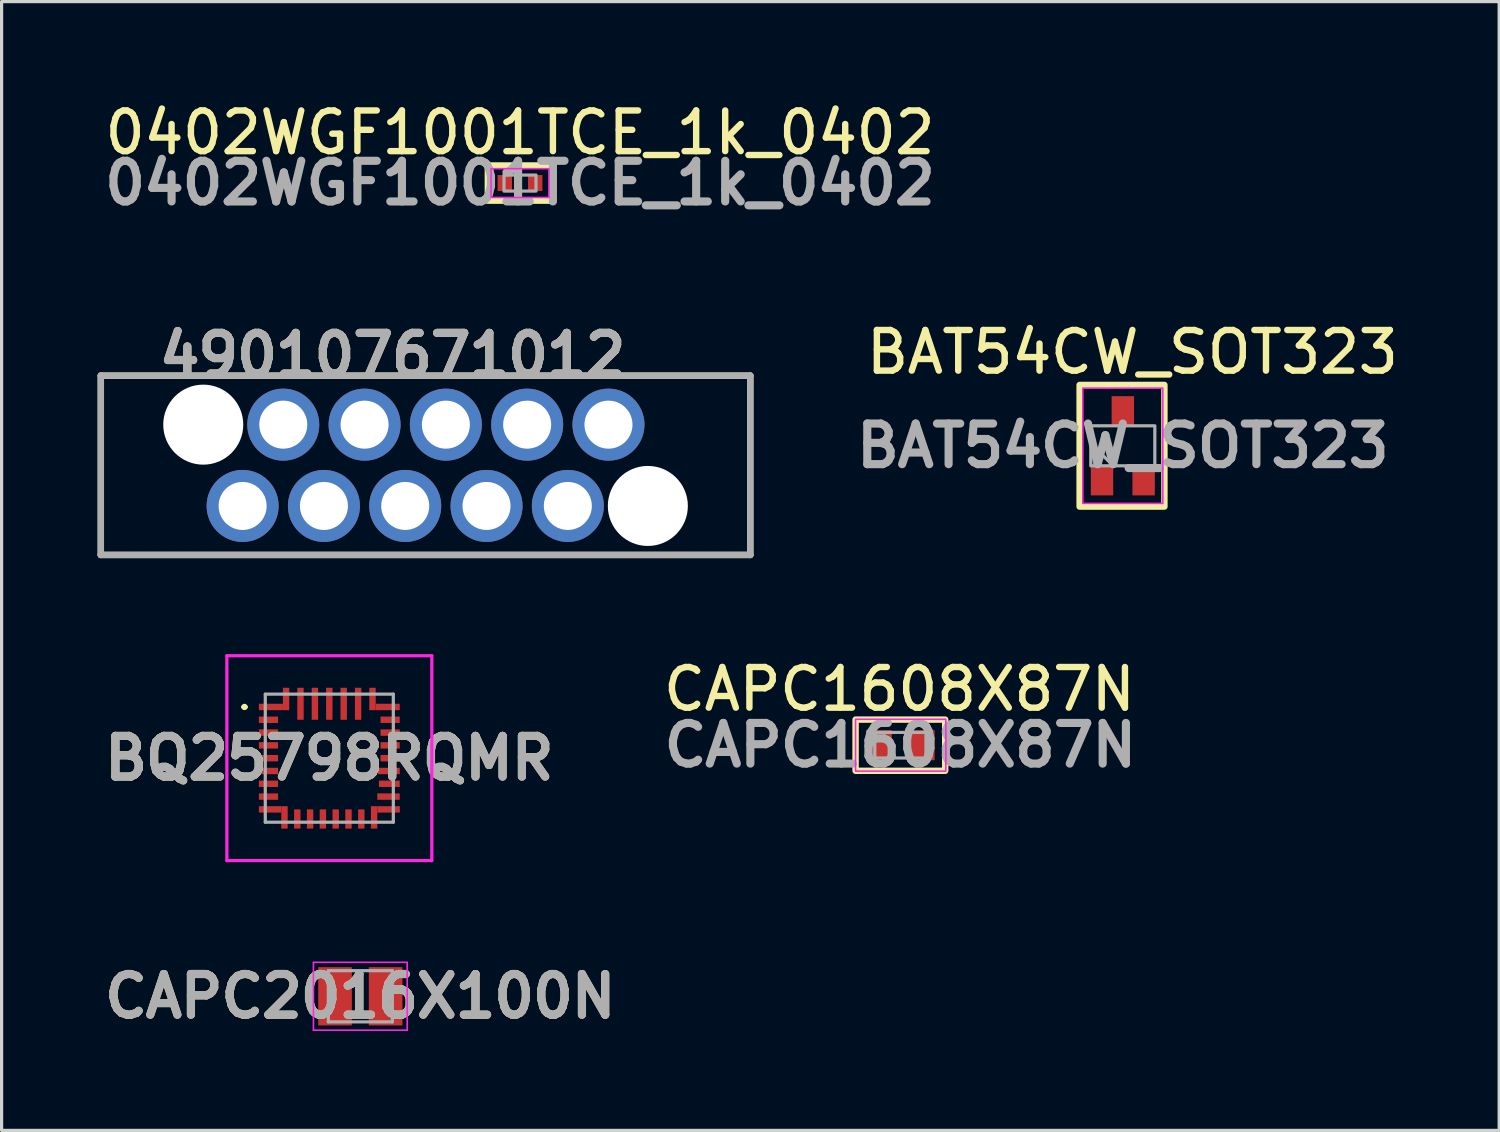
<source format=kicad_pcb>
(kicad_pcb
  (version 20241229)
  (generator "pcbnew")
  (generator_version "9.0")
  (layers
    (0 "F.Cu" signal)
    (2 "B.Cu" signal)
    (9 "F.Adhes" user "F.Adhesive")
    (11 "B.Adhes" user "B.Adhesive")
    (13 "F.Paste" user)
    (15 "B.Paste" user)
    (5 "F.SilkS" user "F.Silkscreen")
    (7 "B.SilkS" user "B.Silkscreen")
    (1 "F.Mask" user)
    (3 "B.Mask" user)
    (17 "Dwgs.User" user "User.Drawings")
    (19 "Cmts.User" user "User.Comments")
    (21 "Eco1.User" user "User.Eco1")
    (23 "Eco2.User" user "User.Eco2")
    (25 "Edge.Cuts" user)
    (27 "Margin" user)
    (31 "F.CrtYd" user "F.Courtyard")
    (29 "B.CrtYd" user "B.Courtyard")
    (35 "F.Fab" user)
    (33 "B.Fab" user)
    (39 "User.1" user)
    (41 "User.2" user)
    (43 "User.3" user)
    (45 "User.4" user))
  (footprint "CAPC1608X87N"
    (layer "F.Cu")
    (at 25.08 20.231)
    (property "Reference" "CAPC1608X87N" (at -0.03 -1.75 0) (layer "F.SilkS") (effects (font (size 1.27 1.27) (thickness 0.2))))
    (attr smd)
    (fp_rect (start -1.4 -0.8) (end 1.4 0.8) (stroke (width 0.2) (type default)) (fill no) (layer "F.SilkS"))
    (fp_rect (start -1.4 -0.81) (end 1.42 0.81) (stroke (width 0.05) (type default)) (fill no) (layer "F.CrtYd"))
    (fp_line (start -0.8 -0.4) (end 0.8 -0.4) (stroke (width 0.1) (type solid)) (layer "F.Fab"))
    (fp_line (start -0.8 0.4) (end -0.8 -0.4) (stroke (width 0.1) (type solid)) (layer "F.Fab"))
    (fp_line (start 0.8 -0.4) (end 0.8 0.4) (stroke (width 0.1) (type solid)) (layer "F.Fab"))
    (fp_line (start 0.8 0.4) (end -0.8 0.4) (stroke (width 0.1) (type solid)) (layer "F.Fab"))
    (fp_text user "${REFERENCE}" (at 0 0 0) (layer "F.Fab") (effects (font (size 1.27 1.27) (thickness 0.254))))
    (pad "1" smd rect (at -0.67 0) (size 0.8 0.94) (layers "F.Cu" "F.Mask" "F.Paste"))
    (pad "2" smd rect (at 0.67 0) (size 0.8 0.94) (layers "F.Cu" "F.Mask" "F.Paste")))
  (footprint "0402WGF1001TCE_1k_0402"
    (layer "F.Cu")
    (at 13.196 2.669)
    (property "Reference" "0402WGF1001TCE_1k_0402" (at 0 -1.575 0) (layer "F.SilkS") (effects (font (size 1.27 1.27) (thickness 0.2))))
    (attr smd)
    (fp_rect (start -1.005 -0.55) (end 1.005 0.55) (stroke (width 0.2) (type default)) (fill no) (layer "F.SilkS"))
    (fp_rect (start -0.905 -0.45) (end 0.905 0.45) (stroke (width 0.05) (type default)) (fill no) (layer "F.CrtYd"))
    (fp_rect (start -0.5 -0.25) (end 0.5 0.25) (stroke (width 0.1) (type default)) (fill no) (layer "F.Fab"))
    (fp_text user "${REFERENCE}" (at 0 0 0) (layer "F.Fab") (effects (font (size 1.27 1.27) (thickness 0.254))))
    (pad "1" smd rect (at -0.475 0) (size 0.45 0.5) (layers "F.Cu" "F.Mask" "F.Paste"))
    (pad "2" smd rect (at 0.475 0) (size 0.45 0.5) (layers "F.Cu" "F.Mask" "F.Paste")))
  (footprint "BQ25798RQMR"
    (layer "F.Cu")
    (at 7.238 20.637)
    (property "Reference" "BQ25798RQMR" (at 0.001 0 0) (layer "F.SilkS") (effects (font (size 1.27 1.27) (thickness 0.254))))
    (attr smd)
    (fp_line (start -2.7 -1.6) (end -2.7 -1.6) (stroke (width 0.1) (type solid)) (layer "F.SilkS"))
    (fp_line (start -2.6 -1.6) (end -2.6 -1.6) (stroke (width 0.1) (type solid)) (layer "F.SilkS"))
    (fp_arc (start -2.7 -1.6) (mid -2.65 -1.65) (end -2.6 -1.6) (stroke (width 0.1) (type solid)) (layer "F.SilkS"))
    (fp_arc (start -2.6 -1.6) (mid -2.65 -1.55) (end -2.7 -1.6) (stroke (width 0.1) (type solid)) (layer "F.SilkS"))
    (fp_line (start -3.2 -3.2) (end 3.203 -3.2) (stroke (width 0.1) (type solid)) (layer "F.CrtYd"))
    (fp_line (start -3.2 3.2) (end -3.2 -3.2) (stroke (width 0.1) (type solid)) (layer "F.CrtYd"))
    (fp_line (start 3.203 -3.2) (end 3.203 3.2) (stroke (width 0.1) (type solid)) (layer "F.CrtYd"))
    (fp_line (start 3.203 3.2) (end -3.2 3.2) (stroke (width 0.1) (type solid)) (layer "F.CrtYd"))
    (fp_line (start -2 -2) (end -2 2) (stroke (width 0.1) (type solid)) (layer "F.Fab"))
    (fp_line (start -2 2) (end 2 2) (stroke (width 0.1) (type solid)) (layer "F.Fab"))
    (fp_line (start 2 -2) (end -2 -2) (stroke (width 0.1) (type solid)) (layer "F.Fab"))
    (fp_line (start 2 2) (end 2 -2) (stroke (width 0.1) (type solid)) (layer "F.Fab"))
    (fp_text user "${REFERENCE}" (at 0.001 0 0) (layer "F.Fab") (effects (font (size 1.27 1.27) (thickness 0.254))))
    (pad "1" smd rect (at -1.825 -1.6 90) (size 0.2 0.75) (layers "F.Cu" "F.Mask" "F.Paste"))
    (pad "2" smd rect (at -1.9 -1.2 90) (size 0.2 0.6) (layers "F.Cu" "F.Mask" "F.Paste"))
    (pad "3" smd rect (at -1.9 -0.8 90) (size 0.2 0.6) (layers "F.Cu" "F.Mask" "F.Paste"))
    (pad "4" smd rect (at -1.9 -0.4 90) (size 0.2 0.6) (layers "F.Cu" "F.Mask" "F.Paste"))
    (pad "5" smd rect (at -1.9 0 90) (size 0.2 0.6) (layers "F.Cu" "F.Mask" "F.Paste"))
    (pad "6" smd rect (at -1.9 0.4 90) (size 0.2 0.6) (layers "F.Cu" "F.Mask" "F.Paste"))
    (pad "7" smd rect (at -1.9 0.8 90) (size 0.2 0.6) (layers "F.Cu" "F.Mask" "F.Paste"))
    (pad "8" smd rect (at -1.9 1.2 90) (size 0.2 0.6) (layers "F.Cu" "F.Mask" "F.Paste"))
    (pad "9" smd rect (at -1.85 1.6 90) (size 0.2 0.7) (layers "F.Cu" "F.Mask" "F.Paste"))
    (pad "10" smd rect (at -1 1.9) (size 0.2 0.6) (layers "F.Cu" "F.Mask" "F.Paste"))
    (pad "11" smd rect (at -0.6 1.9) (size 0.2 0.6) (layers "F.Cu" "F.Mask" "F.Paste"))
    (pad "12" smd rect (at -0.2 1.9) (size 0.2 0.6) (layers "F.Cu" "F.Mask" "F.Paste"))
    (pad "13" smd rect (at 0.2 1.9) (size 0.2 0.6) (layers "F.Cu" "F.Mask" "F.Paste"))
    (pad "14" smd rect (at 0.6 1.9) (size 0.2 0.6) (layers "F.Cu" "F.Mask" "F.Paste"))
    (pad "15" smd rect (at 1 1.9) (size 0.2 0.6) (layers "F.Cu" "F.Mask" "F.Paste"))
    (pad "16" smd rect (at 1.853 1.6 90) (size 0.2 0.7) (layers "F.Cu" "F.Mask" "F.Paste"))
    (pad "17" smd rect (at 1.85 1.2 90) (size 0.2 0.7) (layers "F.Cu" "F.Mask" "F.Paste"))
    (pad "18" smd rect (at 1.875 0.8 90) (size 0.2 0.65) (layers "F.Cu" "F.Mask" "F.Paste"))
    (pad "19" smd rect (at 1.86 0.4 90) (size 0.2 0.68) (layers "F.Cu" "F.Mask" "F.Paste"))
    (pad "20" smd rect (at 1.9 0 90) (size 0.2 0.6) (layers "F.Cu" "F.Mask" "F.Paste"))
    (pad "21" smd rect (at 1.9 -0.4 90) (size 0.2 0.6) (layers "F.Cu" "F.Mask" "F.Paste"))
    (pad "22" smd rect (at 1.9 -0.8 90) (size 0.2 0.6) (layers "F.Cu" "F.Mask" "F.Paste"))
    (pad "23" smd rect (at 1.9 -1.2 90) (size 0.2 0.6) (layers "F.Cu" "F.Mask" "F.Paste"))
    (pad "24" smd rect (at 1.825 -1.6 90) (size 0.2 0.75) (layers "F.Cu" "F.Mask" "F.Paste"))
    (pad "25" smd rect (at 0.9 -1.7) (size 0.2 1) (layers "F.Cu" "F.Mask" "F.Paste"))
    (pad "26" smd rect (at 0.45 -1.7) (size 0.2 1) (layers "F.Cu" "F.Mask" "F.Paste"))
    (pad "27" smd rect (at 0 -1.7) (size 0.2 1) (layers "F.Cu" "F.Mask" "F.Paste"))
    (pad "28" smd rect (at -0.45 -1.7) (size 0.2 1) (layers "F.Cu" "F.Mask" "F.Paste"))
    (pad "29" smd rect (at -0.9 -1.7) (size 0.2 1) (layers "F.Cu" "F.Mask" "F.Paste"))
    (pad "30" smd rect (at -1.35 -1.85) (size 0.2 0.7) (layers "F.Cu" "F.Mask" "F.Paste"))
    (pad "31" smd rect (at -1.4 1.85) (size 0.2 0.7) (layers "F.Cu" "F.Mask" "F.Paste"))
    (pad "32" smd rect (at 1.4 1.85) (size 0.2 0.7) (layers "F.Cu" "F.Mask" "F.Paste"))
    (pad "33" smd rect (at 1.35 -1.85) (size 0.2 0.7) (layers "F.Cu" "F.Mask" "F.Paste")))
  (footprint "CAPC2016X100N"
    (layer "F.Cu")
    (at 8.207 28.076)
    (property "Reference" "CAPC2016X100N" (at 0 0 0) (layer "F.SilkS") (effects (font (size 1.27 1.27) (thickness 0.254))))
    (attr smd)
    (fp_line (start -1.465 -1.06) (end 1.465 -1.06) (stroke (width 0.05) (type solid)) (layer "F.CrtYd"))
    (fp_line (start -1.465 1.06) (end -1.465 -1.06) (stroke (width 0.05) (type solid)) (layer "F.CrtYd"))
    (fp_line (start 1.465 -1.06) (end 1.465 1.06) (stroke (width 0.05) (type solid)) (layer "F.CrtYd"))
    (fp_line (start 1.465 1.06) (end -1.465 1.06) (stroke (width 0.05) (type solid)) (layer "F.CrtYd"))
    (fp_line (start -1 -0.8) (end 1 -0.8) (stroke (width 0.1) (type solid)) (layer "F.Fab"))
    (fp_line (start -1 0.8) (end -1 -0.8) (stroke (width 0.1) (type solid)) (layer "F.Fab"))
    (fp_line (start 1 -0.8) (end 1 0.8) (stroke (width 0.1) (type solid)) (layer "F.Fab"))
    (fp_line (start 1 0.8) (end -1 0.8) (stroke (width 0.1) (type solid)) (layer "F.Fab"))
    (fp_text user "${REFERENCE}" (at 0 0 0) (layer "F.Fab") (effects (font (size 1.27 1.27) (thickness 0.254))))
    (pad "1" smd rect (at -0.79 0) (size 1.05 1.82) (layers "F.Cu" "F.Mask" "F.Paste"))
    (pad "2" smd rect (at 0.79 0) (size 1.05 1.82) (layers "F.Cu" "F.Mask" "F.Paste")))
  (footprint "490107671012"
    (layer "F.Cu")
    (at 10.245 11.487)
    (property "Reference" "490107671012" (at -1.031 -3.441 0) (layer "F.SilkS") (effects (font (size 1.27 1.27) (thickness 0.254))))
    (attr through_hole)
    (fp_line (start -10.145 -2.8) (end 10.145 -2.8) (stroke (width 0.2) (type solid)) (layer "F.SilkS"))
    (fp_line (start -10.145 2.8) (end -10.145 -2.8) (stroke (width 0.2) (type solid)) (layer "F.SilkS"))
    (fp_line (start 10.145 -2.8) (end 10.145 2.8) (stroke (width 0.2) (type solid)) (layer "F.SilkS"))
    (fp_line (start 10.145 2.8) (end -10.145 2.8) (stroke (width 0.2) (type solid)) (layer "F.SilkS"))
    (fp_line (start -10.145 -2.8) (end 10.145 -2.8) (stroke (width 0.2) (type solid)) (layer "F.Fab"))
    (fp_line (start -10.145 2.8) (end -10.145 -2.8) (stroke (width 0.2) (type solid)) (layer "F.Fab"))
    (fp_line (start 10.145 -2.8) (end 10.145 2.8) (stroke (width 0.2) (type solid)) (layer "F.Fab"))
    (fp_line (start 10.145 2.8) (end -10.145 2.8) (stroke (width 0.2) (type solid)) (layer "F.Fab"))
    (fp_text user "${REFERENCE}" (at -1.031 -3.441 0) (layer "F.Fab") (effects (font (size 1.27 1.27) (thickness 0.254))))
    (pad "" np_thru_hole circle (at -6.945 -1.27) (size 2.5 2.5) (drill 2.5) (layers "*.Cu" "*.Mask"))
    (pad "" np_thru_hole circle (at 6.945 1.27) (size 2.5 2.5) (drill 2.5) (layers "*.Cu" "*.Mask"))
    (pad "1" thru_hole circle (at -5.715 1.27) (size 2.25 2.25) (drill 1.5) (layers "*.Cu" "*.Mask"))
    (pad "2" thru_hole circle (at -4.445 -1.27) (size 2.25 2.25) (drill 1.5) (layers "*.Cu" "*.Mask"))
    (pad "3" thru_hole circle (at -3.175 1.27) (size 2.25 2.25) (drill 1.5) (layers "*.Cu" "*.Mask"))
    (pad "4" thru_hole circle (at -1.905 -1.27) (size 2.25 2.25) (drill 1.5) (layers "*.Cu" "*.Mask"))
    (pad "5" thru_hole circle (at -0.635 1.27) (size 2.25 2.25) (drill 1.5) (layers "*.Cu" "*.Mask"))
    (pad "6" thru_hole circle (at 0.635 -1.27) (size 2.25 2.25) (drill 1.5) (layers "*.Cu" "*.Mask"))
    (pad "7" thru_hole circle (at 1.905 1.27) (size 2.25 2.25) (drill 1.5) (layers "*.Cu" "*.Mask"))
    (pad "8" thru_hole circle (at 3.175 -1.27) (size 2.25 2.25) (drill 1.5) (layers "*.Cu" "*.Mask"))
    (pad "9" thru_hole circle (at 4.445 1.27) (size 2.25 2.25) (drill 1.5) (layers "*.Cu" "*.Mask"))
    (pad "10" thru_hole circle (at 5.715 -1.27) (size 2.25 2.25) (drill 1.5) (layers "*.Cu" "*.Mask")))
  (footprint "BAT54CW_SOT323"
    (layer "F.Cu")
    (at 32.029 10.877)
    (property "Reference" "BAT54CW_SOT323" (at 0.3 -2.925 0) (layer "F.SilkS") (effects (font (size 1.27 1.27) (thickness 0.2))))
    (attr smd)
    (fp_rect (start -1.35 -1.9) (end 1.3 1.9) (stroke (width 0.2) (type default)) (fill no) (layer "F.SilkS"))
    (fp_rect (start -1.25 -1.8) (end 1.25 1.8) (stroke (width 0.05) (type default)) (fill no) (layer "F.CrtYd"))
    (fp_line (start -0.325 0.6) (end -0.975 -0.05) (stroke (width 0.1) (type solid)) (layer "F.Fab"))
    (fp_rect (start -1 -0.625) (end 1 0.625) (stroke (width 0.1) (type default)) (fill no) (layer "F.Fab"))
    (fp_text user "${REFERENCE}" (at 0 0 0) (layer "F.Fab") (effects (font (size 1.27 1.27) (thickness 0.254))))
    (pad "1" smd rect (at -0.65 1.1) (size 0.7 0.9) (layers "F.Cu" "F.Mask" "F.Paste"))
    (pad "2" smd rect (at 0.65 1.1) (size 0.7 0.9) (layers "F.Cu" "F.Mask" "F.Paste"))
    (pad "3" smd rect (at 0 -1.1) (size 0.7 0.9) (layers "F.Cu" "F.Mask" "F.Paste")))
  (gr_rect
    (start -3 -3)
    (end 43.787 32.265)
    (stroke (width 0.1) (type default))
    (fill no)
    (layer "Edge.Cuts")))
</source>
